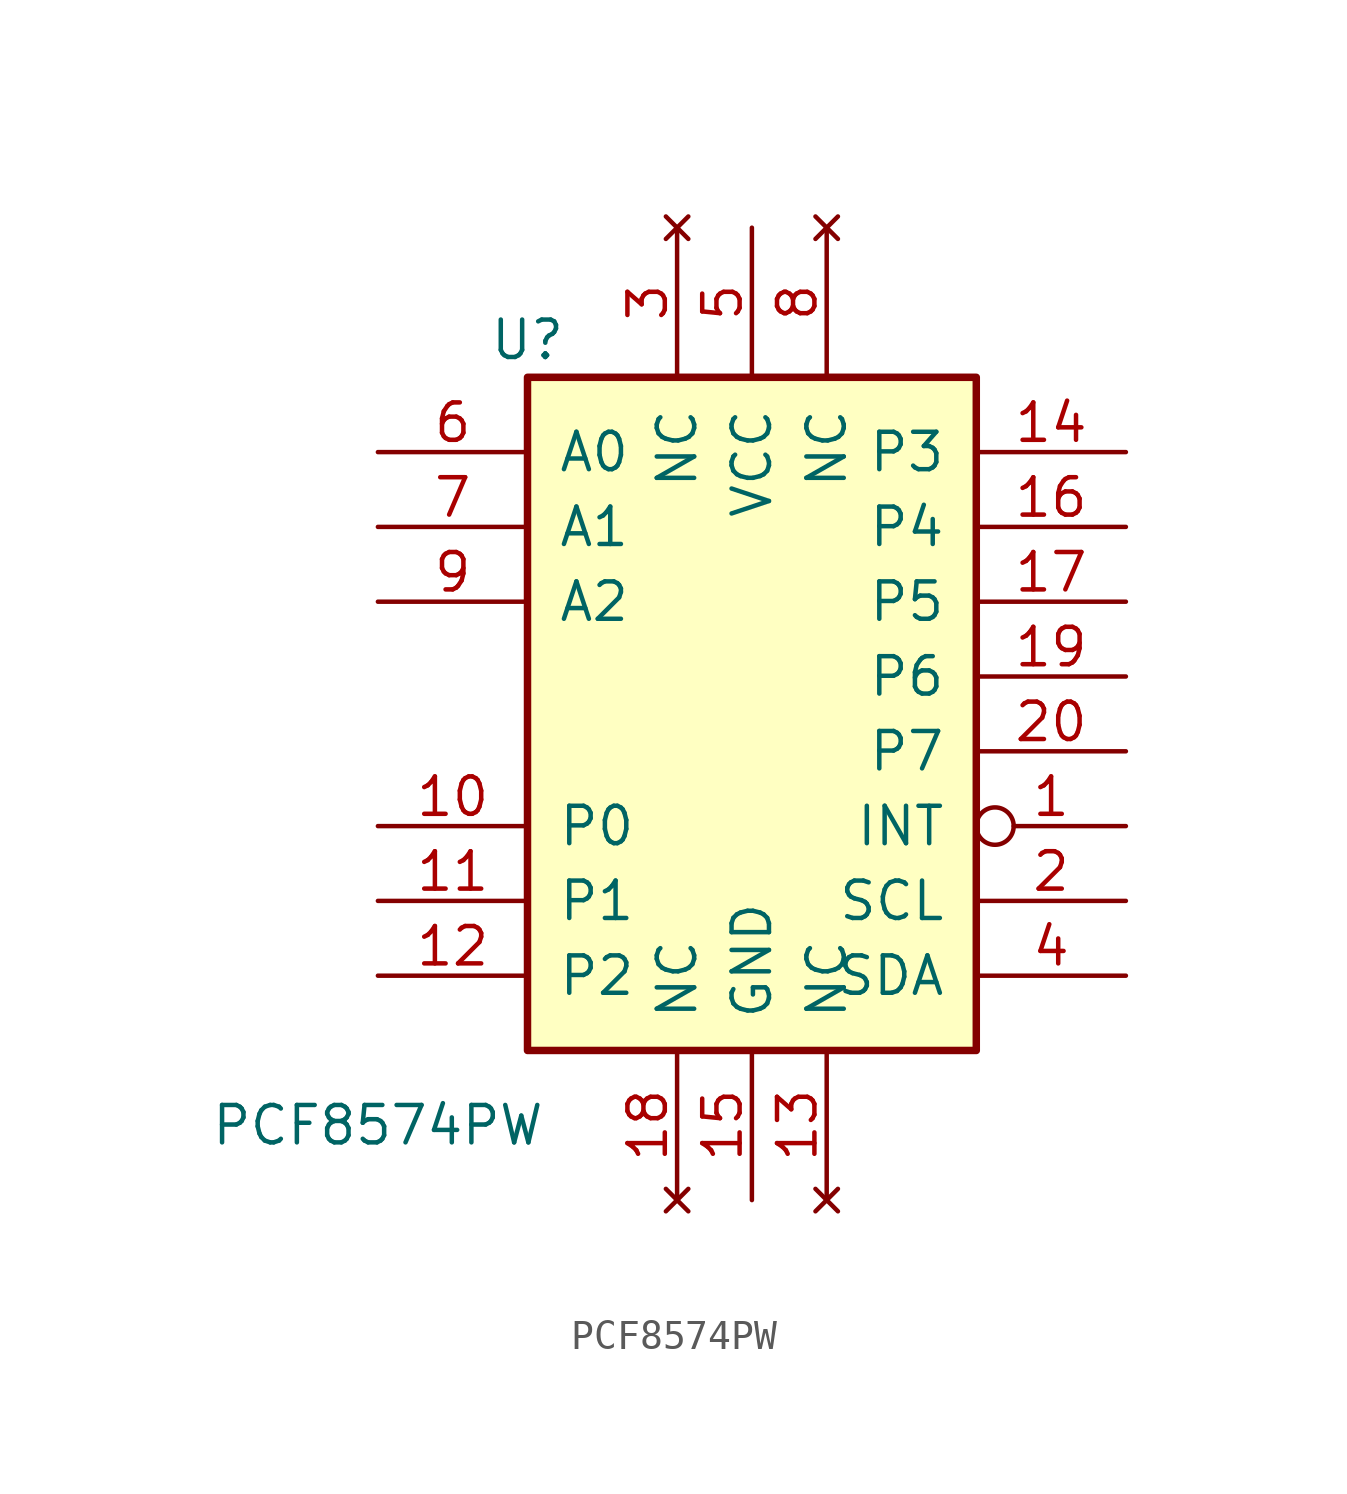
<source format=kicad_sym>
(kicad_symbol_lib
  (version 20211014)
  (generator kicad_symbol_editor)
  (symbol "PCF8574PW"
    (pin_names
      (offset 1.016))
    (property "Reference" "U"
      (at -7.62 11.43 0)
      (effects (font (size 1.27 1.27))))
    (property "Value" "PCF8574PW"
      (at -12.7 -15.24 0)
      (effects (font (size 1.27 1.27))))
    (property "ki_locked" ""
      (at 0 0 0)
      (effects (font (size 1.27 1.27))))
    (symbol "PCF8574PW_1_0"
      (pin output inverted (at 12.7 -5.08 180) (length 5.08) (name "INT" (effects (font (size 1.27 1.27)))) (number "1" (effects (font (size 1.27 1.27)))))
      (pin bidirectional line (at -12.7 -5.08 0) (length 5.08) (name "P0" (effects (font (size 1.27 1.27)))) (number "10" (effects (font (size 1.27 1.27)))))
      (pin bidirectional line (at -12.7 -7.62 0) (length 5.08) (name "P1" (effects (font (size 1.27 1.27)))) (number "11" (effects (font (size 1.27 1.27)))))
      (pin bidirectional line (at -12.7 -10.16 0) (length 5.08) (name "P2" (effects (font (size 1.27 1.27)))) (number "12" (effects (font (size 1.27 1.27)))))
      (pin no_connect line (at 2.54 -17.78 90) (length 5.08) (name "NC" (effects (font (size 1.27 1.27)))) (number "13" (effects (font (size 1.27 1.27)))))
      (pin bidirectional line (at 12.7 7.62 180) (length 5.08) (name "P3" (effects (font (size 1.27 1.27)))) (number "14" (effects (font (size 1.27 1.27)))))
      (pin power_in line (at 0 -17.78 90) (length 5.08) (name "GND" (effects (font (size 1.27 1.27)))) (number "15" (effects (font (size 1.27 1.27)))))
      (pin bidirectional line (at 12.7 5.08 180) (length 5.08) (name "P4" (effects (font (size 1.27 1.27)))) (number "16" (effects (font (size 1.27 1.27)))))
      (pin bidirectional line (at 12.7 2.54 180) (length 5.08) (name "P5" (effects (font (size 1.27 1.27)))) (number "17" (effects (font (size 1.27 1.27)))))
      (pin no_connect line (at -2.54 -17.78 90) (length 5.08) (name "NC" (effects (font (size 1.27 1.27)))) (number "18" (effects (font (size 1.27 1.27)))))
      (pin bidirectional line (at 12.7 0 180) (length 5.08) (name "P6" (effects (font (size 1.27 1.27)))) (number "19" (effects (font (size 1.27 1.27)))))
      (pin input line (at 12.7 -7.62 180) (length 5.08) (name "SCL" (effects (font (size 1.27 1.27)))) (number "2" (effects (font (size 1.27 1.27)))))
      (pin bidirectional line (at 12.7 -2.54 180) (length 5.08) (name "P7" (effects (font (size 1.27 1.27)))) (number "20" (effects (font (size 1.27 1.27)))))
      (pin no_connect line (at -2.54 15.24 270) (length 5.08) (name "NC" (effects (font (size 1.27 1.27)))) (number "3" (effects (font (size 1.27 1.27)))))
      (pin input line (at 12.7 -10.16 180) (length 5.08) (name "SDA" (effects (font (size 1.27 1.27)))) (number "4" (effects (font (size 1.27 1.27)))))
      (pin power_in line (at 0 15.24 270) (length 5.08) (name "VCC" (effects (font (size 1.27 1.27)))) (number "5" (effects (font (size 1.27 1.27)))))
      (pin input line (at -12.7 7.62 0) (length 5.08) (name "A0" (effects (font (size 1.27 1.27)))) (number "6" (effects (font (size 1.27 1.27)))))
      (pin input line (at -12.7 5.08 0) (length 5.08) (name "A1" (effects (font (size 1.27 1.27)))) (number "7" (effects (font (size 1.27 1.27)))))
      (pin no_connect line (at 2.54 15.24 270) (length 5.08) (name "NC" (effects (font (size 1.27 1.27)))) (number "8" (effects (font (size 1.27 1.27)))))
      (pin input line (at -12.7 2.54 0) (length 5.08) (name "A2" (effects (font (size 1.27 1.27)))) (number "9" (effects (font (size 1.27 1.27))))))
    (symbol "PCF8574PW_1_1"
      (rectangle (start -7.62 10.16) (end 7.62 -12.7) (stroke (width 0.254) (type default) (color 0 0 0 0)) (fill (type background))))))
</source>
